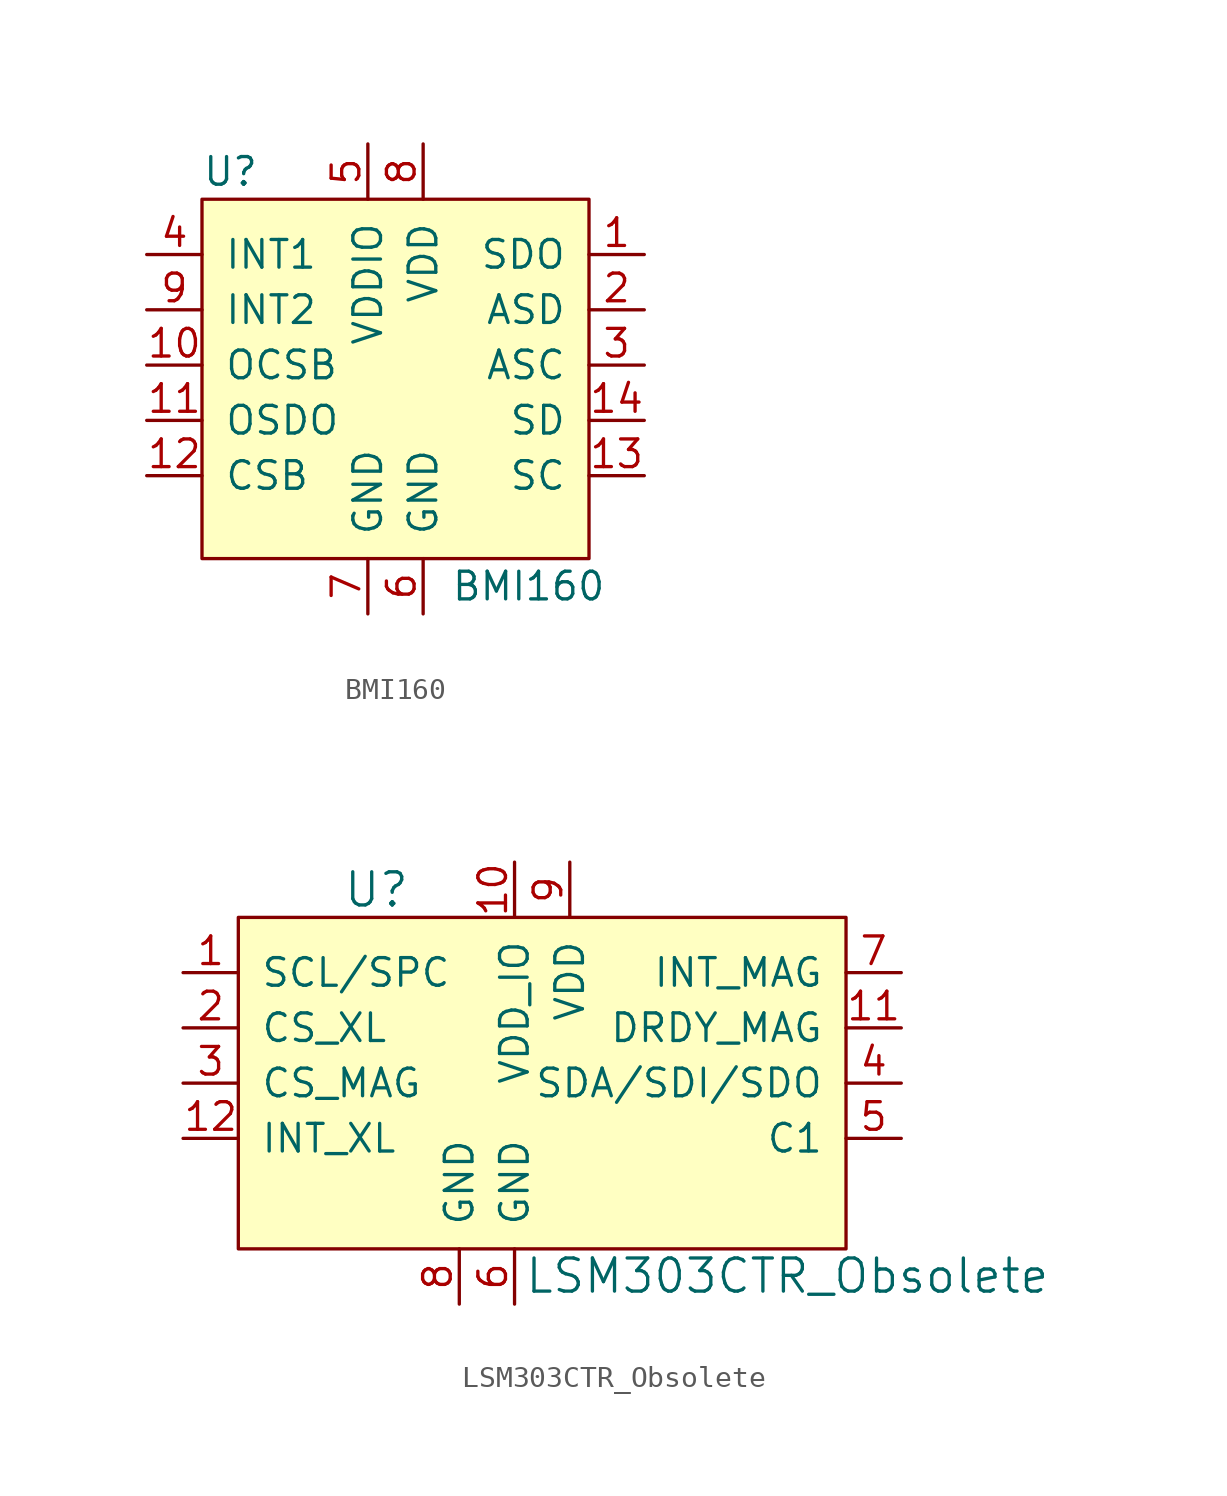
<source format=kicad_sym>
(kicad_symbol_lib
  (version 20211014)
  (generator kicad_symbol_editor)
  (symbol "BMI160"
    (pin_names
      (offset 1.016))
    (property "Reference" "U"
      (at -7.62 8.89 0)
      (effects (font (size 1.27 1.27)) (justify left)))
    (property "Value" "BMI160"
      (at 3.81 -10.16 0)
      (effects (font (size 1.27 1.27)) (justify left)))
    (symbol "BMI160_0_1"
      (rectangle (start -7.62 7.62) (end 10.16 -8.89) (stroke (width 0) (type default) (color 0 0 0 0)) (fill (type background))))
    (symbol "BMI160_1_1"
      (pin output line (at 12.7 5.08 180) (length 2.54) (name "SDO" (effects (font (size 1.27 1.27)))) (number "1" (effects (font (size 1.27 1.27)))))
      (pin bidirectional line (at -10.16 0 0) (length 2.54) (name "OCSB" (effects (font (size 1.27 1.27)))) (number "10" (effects (font (size 1.27 1.27)))))
      (pin bidirectional line (at -10.16 -2.54 0) (length 2.54) (name "OSDO" (effects (font (size 1.27 1.27)))) (number "11" (effects (font (size 1.27 1.27)))))
      (pin bidirectional line (at -10.16 -5.08 0) (length 2.54) (name "CSB" (effects (font (size 1.27 1.27)))) (number "12" (effects (font (size 1.27 1.27)))))
      (pin bidirectional line (at 12.7 -5.08 180) (length 2.54) (name "SC" (effects (font (size 1.27 1.27)))) (number "13" (effects (font (size 1.27 1.27)))))
      (pin bidirectional line (at 12.7 -2.54 180) (length 2.54) (name "SD" (effects (font (size 1.27 1.27)))) (number "14" (effects (font (size 1.27 1.27)))))
      (pin bidirectional line (at 12.7 2.54 180) (length 2.54) (name "ASD" (effects (font (size 1.27 1.27)))) (number "2" (effects (font (size 1.27 1.27)))))
      (pin bidirectional line (at 12.7 0 180) (length 2.54) (name "ASC" (effects (font (size 1.27 1.27)))) (number "3" (effects (font (size 1.27 1.27)))))
      (pin bidirectional line (at -10.16 5.08 0) (length 2.54) (name "INT1" (effects (font (size 1.27 1.27)))) (number "4" (effects (font (size 1.27 1.27)))))
      (pin power_in line (at 0 10.16 270) (length 2.54) (name "VDDIO" (effects (font (size 1.27 1.27)))) (number "5" (effects (font (size 1.27 1.27)))))
      (pin power_in line (at 2.54 -11.43 90) (length 2.54) (name "GND" (effects (font (size 1.27 1.27)))) (number "6" (effects (font (size 1.27 1.27)))))
      (pin power_in line (at 0 -11.43 90) (length 2.54) (name "GND" (effects (font (size 1.27 1.27)))) (number "7" (effects (font (size 1.27 1.27)))))
      (pin power_in line (at 2.54 10.16 270) (length 2.54) (name "VDD" (effects (font (size 1.27 1.27)))) (number "8" (effects (font (size 1.27 1.27)))))
      (pin bidirectional line (at -10.16 2.54 0) (length 2.54) (name "INT2" (effects (font (size 1.27 1.27)))) (number "9" (effects (font (size 1.27 1.27)))))))
  (symbol "LSM303CTR_Obsolete"
    (pin_names
      (offset 1.016))
    (property "Reference" "U"
      (at -11.43 13.97 0)
      (effects (font (size 1.524 1.524))))
    (property "Value" "LSM303CTR_Obsolete"
      (at -4.648 -3.785 0)
      (effects (font (size 1.524 1.524)) (justify left)))
    (symbol "LSM303CTR_Obsolete_0_1"
      (rectangle (start -17.78 12.7) (end 10.16 -2.54) (stroke (width 0) (type default) (color 0 0 0 0)) (fill (type background))))
    (symbol "LSM303CTR_Obsolete_1_1"
      (pin input line (at -20.32 10.16 0) (length 2.54) (name "SCL/SPC" (effects (font (size 1.27 1.27)))) (number "1" (effects (font (size 1.27 1.27)))))
      (pin power_in line (at -5.08 15.24 270) (length 2.54) (name "VDD_IO" (effects (font (size 1.27 1.27)))) (number "10" (effects (font (size 1.27 1.27)))))
      (pin output line (at 12.7 7.62 180) (length 2.54) (name "DRDY_MAG" (effects (font (size 1.27 1.27)))) (number "11" (effects (font (size 1.27 1.27)))))
      (pin input line (at -20.32 2.54 0) (length 2.54) (name "INT_XL" (effects (font (size 1.27 1.27)))) (number "12" (effects (font (size 1.27 1.27)))))
      (pin input line (at -20.32 7.62 0) (length 2.54) (name "CS_XL" (effects (font (size 1.27 1.27)))) (number "2" (effects (font (size 1.27 1.27)))))
      (pin input line (at -20.32 5.08 0) (length 2.54) (name "CS_MAG" (effects (font (size 1.27 1.27)))) (number "3" (effects (font (size 1.27 1.27)))))
      (pin bidirectional line (at 12.7 5.08 180) (length 2.54) (name "SDA/SDI/SDO" (effects (font (size 1.27 1.27)))) (number "4" (effects (font (size 1.27 1.27)))))
      (pin passive line (at 12.7 2.54 180) (length 2.54) (name "C1" (effects (font (size 1.27 1.27)))) (number "5" (effects (font (size 1.27 1.27)))))
      (pin power_in line (at -5.08 -5.08 90) (length 2.54) (name "GND" (effects (font (size 1.27 1.27)))) (number "6" (effects (font (size 1.27 1.27)))))
      (pin output line (at 12.7 10.16 180) (length 2.54) (name "INT_MAG" (effects (font (size 1.27 1.27)))) (number "7" (effects (font (size 1.27 1.27)))))
      (pin power_in line (at -7.62 -5.08 90) (length 2.54) (name "GND" (effects (font (size 1.27 1.27)))) (number "8" (effects (font (size 1.27 1.27)))))
      (pin power_in line (at -2.54 15.24 270) (length 2.54) (name "VDD" (effects (font (size 1.27 1.27)))) (number "9" (effects (font (size 1.27 1.27))))))))
</source>
